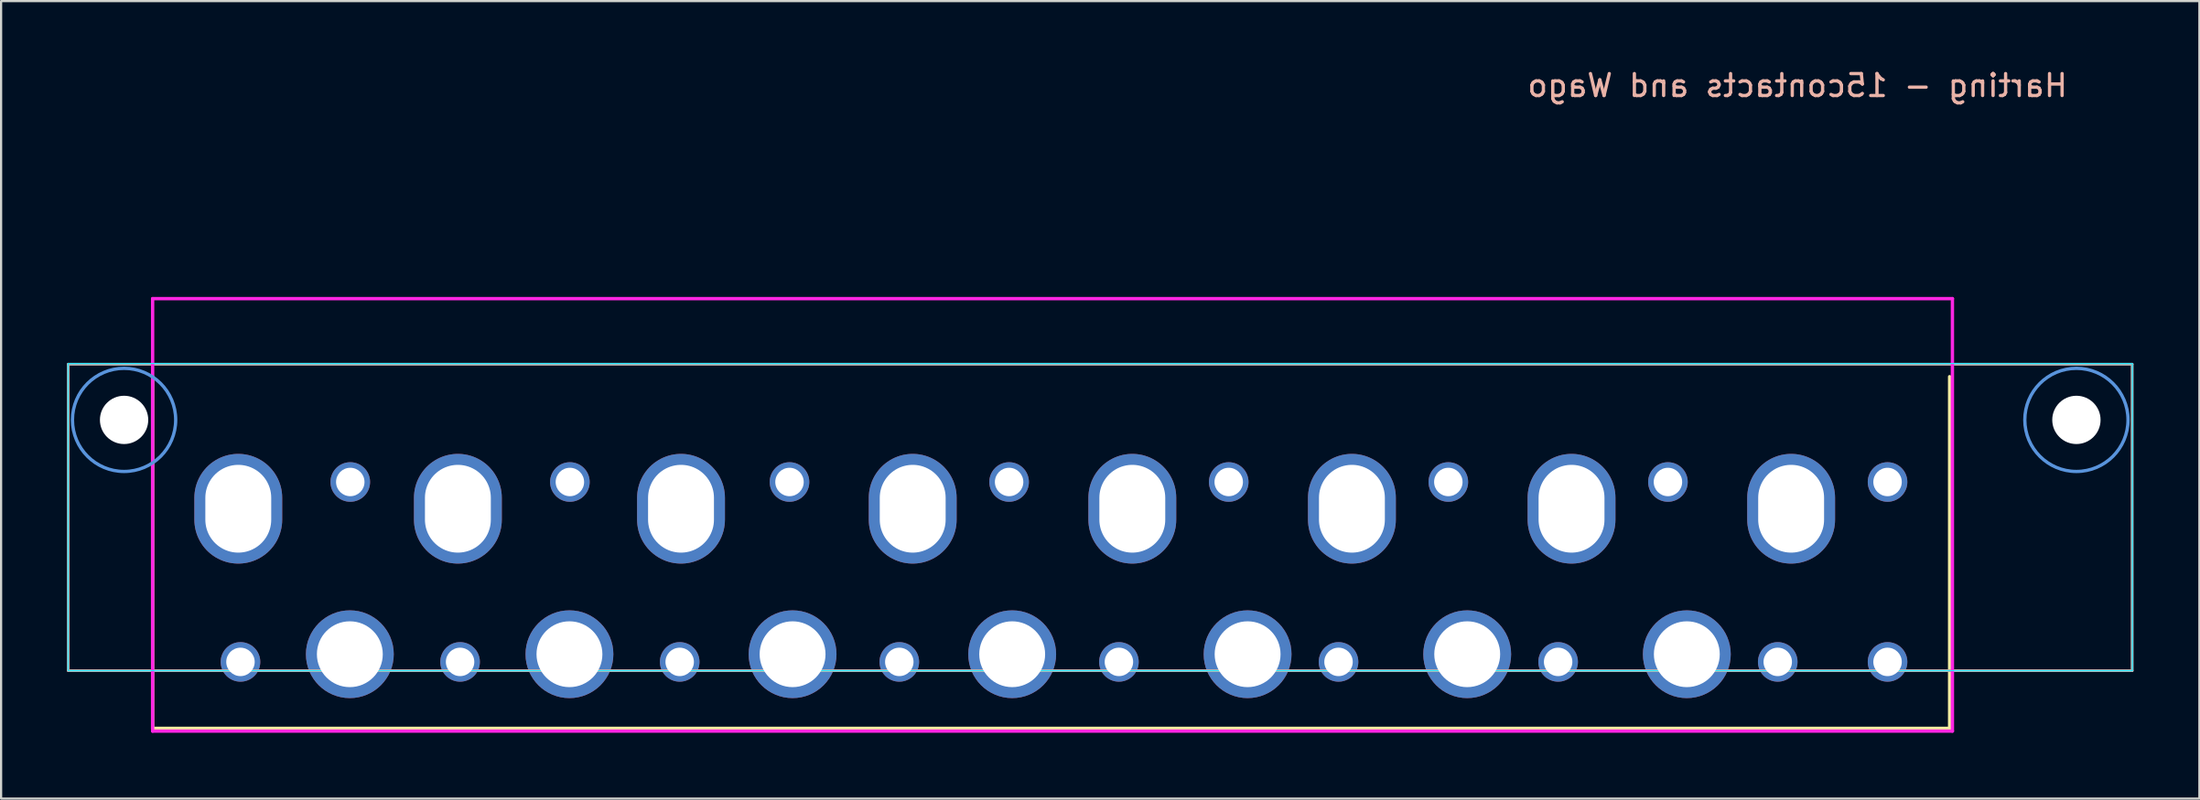
<source format=kicad_pcb>
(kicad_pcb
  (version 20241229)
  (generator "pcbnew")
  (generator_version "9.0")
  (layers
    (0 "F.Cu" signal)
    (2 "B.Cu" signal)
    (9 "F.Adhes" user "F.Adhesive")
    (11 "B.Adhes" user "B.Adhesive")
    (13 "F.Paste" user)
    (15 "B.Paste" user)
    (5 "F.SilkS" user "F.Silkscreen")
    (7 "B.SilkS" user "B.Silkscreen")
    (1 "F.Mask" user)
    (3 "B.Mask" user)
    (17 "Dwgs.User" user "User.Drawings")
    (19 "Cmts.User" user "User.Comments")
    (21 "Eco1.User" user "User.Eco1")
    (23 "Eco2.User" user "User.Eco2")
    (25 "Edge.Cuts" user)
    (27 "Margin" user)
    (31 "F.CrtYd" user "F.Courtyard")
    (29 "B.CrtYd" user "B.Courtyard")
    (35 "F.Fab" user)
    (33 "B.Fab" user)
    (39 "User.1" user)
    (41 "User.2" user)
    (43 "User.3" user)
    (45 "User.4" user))
  (footprint "Harting - 15contacts and Wago"
    (layer "F.Cu")
    (at 78.8 21.168)
    (property "Reference" "Harting - 15contacts and Wago" (at 0 -20.32 0) (unlocked yes) (layer "B.SilkS") (effects (font (size 1 1) (thickness 0.15)) (justify mirror)))
    (attr through_hole)
    (fp_line (start -74.9 -7.05) (end -74.9 8.977) (stroke (width 0.152) (type solid)) (layer "F.SilkS"))
    (fp_line (start -74.9 8.977) (end 6.927 8.977) (stroke (width 0.152) (type solid)) (layer "F.SilkS"))
    (fp_line (start 6.927 8.977) (end 6.927 -7.05) (stroke (width 0.152) (type solid)) (layer "F.SilkS"))
    (fp_line (start -78.74 -7.62) (end 15.24 -7.62) (stroke (width 0.12) (type default)) (layer "B.SilkS"))
    (fp_line (start -78.74 6.35) (end -78.74 -7.62) (stroke (width 0.12) (type default)) (layer "B.SilkS"))
    (fp_line (start 15.24 -7.62) (end 15.24 6.35) (stroke (width 0.12) (type default)) (layer "B.SilkS"))
    (fp_line (start 15.24 6.35) (end -78.74 6.35) (stroke (width 0.12) (type default)) (layer "B.SilkS"))
    (fp_circle (center -76.2 -5.08) (end -73.85 -5.08) (stroke (width 0.15) (type solid)) (fill no) (layer "Cmts.User"))
    (fp_circle (center 12.7 -5.08) (end 15.05 -5.08) (stroke (width 0.15) (type solid)) (fill no) (layer "Cmts.User"))
    (fp_rect (start -78.75 -7.65) (end 15.25 6.35) (stroke (width 0.05) (type default)) (fill no) (layer "B.CrtYd"))
    (fp_line (start -74.9 -10.606) (end -74.9 9.104) (stroke (width 0.152) (type solid)) (layer "F.CrtYd"))
    (fp_line (start -74.9 9.104) (end 7.054 9.104) (stroke (width 0.152) (type solid)) (layer "F.CrtYd"))
    (fp_line (start 7.054 -10.606) (end -74.9 -10.606) (stroke (width 0.152) (type solid)) (layer "F.CrtYd"))
    (fp_line (start 7.054 9.104) (end 7.054 -10.606) (stroke (width 0.152) (type solid)) (layer "F.CrtYd"))
    (fp_rect (start -78.74 -7.62) (end 15.24 6.35) (stroke (width 0.1) (type default)) (fill no) (layer "F.Fab"))
    (pad "" np_thru_hole circle (at -76.2 -5.08) (size 2.2 2.2) (drill 2.8) (layers "*.Cu" "*.Mask"))
    (pad "" np_thru_hole circle (at 12.7 -5.08) (size 2.2 2.2) (drill 2.8) (layers "*.Cu" "*.Mask"))
    (pad "1" thru_hole circle (at 4.1 -2.25 180) (size 1.803 1.803) (drill 1.295) (layers "*.Cu" "*.Mask"))
    (pad "1" thru_hole circle (at 4.1 5.95 180) (size 1.803 1.803) (drill 1.295) (layers "*.Cu" "*.Mask"))
    (pad "2" thru_hole circle (at -0.9 5.95 180) (size 1.803 1.803) (drill 1.295) (layers "*.Cu" "*.Mask"))
    (pad "2" thru_hole oval (at -0.29 -1.031) (size 4 5) (drill oval 3 4) (layers "*.Cu" "*.Mask"))
    (pad "3" thru_hole circle (at -5.9 -2.25 180) (size 1.803 1.803) (drill 1.295) (layers "*.Cu" "*.Mask"))
    (pad "3" thru_hole oval (at -5.04 5.6) (size 4 4) (drill oval 3) (layers "*.Cu" "*.Mask"))
    (pad "4" thru_hole circle (at -10.9 5.95 180) (size 1.803 1.803) (drill 1.295) (layers "*.Cu" "*.Mask"))
    (pad "4" thru_hole oval (at -10.29 -1.031) (size 4 5) (drill oval 3 4) (layers "*.Cu" "*.Mask"))
    (pad "5" thru_hole circle (at -15.9 -2.25 180) (size 1.803 1.803) (drill 1.295) (layers "*.Cu" "*.Mask"))
    (pad "5" thru_hole oval (at -15.04 5.6) (size 4 4) (drill oval 3) (layers "*.Cu" "*.Mask"))
    (pad "6" thru_hole circle (at -20.9 5.95 180) (size 1.803 1.803) (drill 1.295) (layers "*.Cu" "*.Mask"))
    (pad "6" thru_hole oval (at -20.29 -1.031) (size 4 5) (drill oval 3 4) (layers "*.Cu" "*.Mask"))
    (pad "7" thru_hole circle (at -25.9 -2.25 180) (size 1.803 1.803) (drill 1.295) (layers "*.Cu" "*.Mask"))
    (pad "7" thru_hole oval (at -25.04 5.6) (size 4 4) (drill oval 3) (layers "*.Cu" "*.Mask"))
    (pad "8" thru_hole circle (at -30.9 5.95 180) (size 1.803 1.803) (drill 1.295) (layers "*.Cu" "*.Mask"))
    (pad "8" thru_hole oval (at -30.29 -1.031) (size 4 5) (drill oval 3 4) (layers "*.Cu" "*.Mask"))
    (pad "9" thru_hole circle (at -35.9 -2.25 180) (size 1.803 1.803) (drill 1.295) (layers "*.Cu" "*.Mask"))
    (pad "9" thru_hole oval (at -35.76 5.6) (size 4 4) (drill oval 3) (layers "*.Cu" "*.Mask"))
    (pad "10" thru_hole circle (at -40.9 5.95 180) (size 1.803 1.803) (drill 1.295) (layers "*.Cu" "*.Mask"))
    (pad "10" thru_hole oval (at -40.29 -1.031) (size 4 5) (drill oval 3 4) (layers "*.Cu" "*.Mask"))
    (pad "11" thru_hole circle (at -45.9 -2.25 180) (size 1.803 1.803) (drill 1.295) (layers "*.Cu" "*.Mask"))
    (pad "11" thru_hole oval (at -45.76 5.6) (size 4 4) (drill oval 3) (layers "*.Cu" "*.Mask"))
    (pad "12" thru_hole circle (at -50.9 5.95 180) (size 1.803 1.803) (drill 1.295) (layers "*.Cu" "*.Mask"))
    (pad "12" thru_hole oval (at -50.84 -1.031) (size 4 5) (drill oval 3 4) (layers "*.Cu" "*.Mask"))
    (pad "13" thru_hole oval (at -55.92 5.6) (size 4 4) (drill oval 3) (layers "*.Cu" "*.Mask"))
    (pad "13" thru_hole circle (at -55.9 -2.25 180) (size 1.803 1.803) (drill 1.295) (layers "*.Cu" "*.Mask"))
    (pad "14" thru_hole oval (at -61 -1.031) (size 4 5) (drill oval 3 4) (layers "*.Cu" "*.Mask"))
    (pad "14" thru_hole circle (at -60.9 5.95 180) (size 1.803 1.803) (drill 1.295) (layers "*.Cu" "*.Mask"))
    (pad "15" thru_hole oval (at -65.92 5.6) (size 4 4) (drill oval 3) (layers "*.Cu" "*.Mask"))
    (pad "15" thru_hole circle (at -65.9 -2.25 180) (size 1.803 1.803) (drill 1.295) (layers "*.Cu" "*.Mask"))
    (pad "16" thru_hole oval (at -71 -1.031) (size 4 5) (drill oval 3 4) (layers "*.Cu" "*.Mask"))
    (pad "16" thru_hole circle (at -70.9 5.95 180) (size 1.803 1.803) (drill 1.295) (layers "*.Cu" "*.Mask")))
  (gr_rect
    (start -3 -3)
    (end 97.1 33.348)
    (stroke (width 0.1) (type default))
    (fill no)
    (layer "Edge.Cuts")))
</source>
